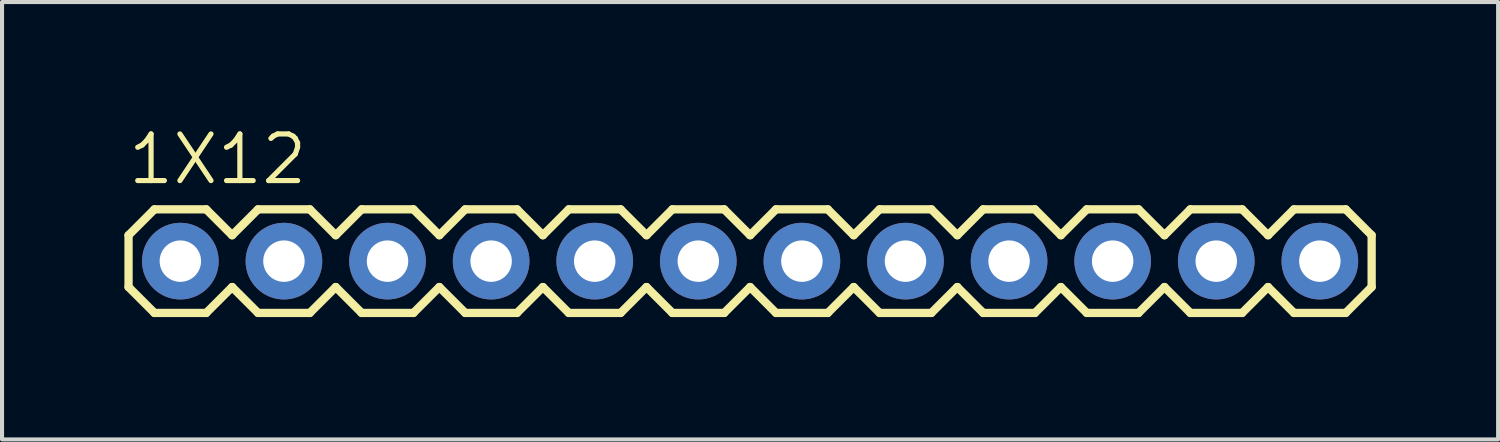
<source format=kicad_pcb>
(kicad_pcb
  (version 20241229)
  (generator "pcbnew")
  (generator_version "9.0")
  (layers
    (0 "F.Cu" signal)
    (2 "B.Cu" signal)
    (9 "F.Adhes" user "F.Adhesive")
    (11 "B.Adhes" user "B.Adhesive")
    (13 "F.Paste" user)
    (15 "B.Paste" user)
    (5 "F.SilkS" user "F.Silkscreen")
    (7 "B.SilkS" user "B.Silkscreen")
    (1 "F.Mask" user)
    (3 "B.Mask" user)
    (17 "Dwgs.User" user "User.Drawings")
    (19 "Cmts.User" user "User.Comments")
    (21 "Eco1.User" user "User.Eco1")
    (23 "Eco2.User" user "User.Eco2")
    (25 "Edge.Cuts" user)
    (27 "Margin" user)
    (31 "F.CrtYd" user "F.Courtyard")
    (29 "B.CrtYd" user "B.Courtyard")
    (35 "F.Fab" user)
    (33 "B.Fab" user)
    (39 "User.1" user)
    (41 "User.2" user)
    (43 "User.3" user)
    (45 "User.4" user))
  (footprint "1X12"
    (layer "F.Cu")
    (at 1.372 3.353)
    (property "Reference" "1X12" (at -1.346 -1.829 0) (layer "F.SilkS") (effects (font (size 1.143 1.143) (thickness 0.127)) (justify left bottom)))
    (fp_line (start -1.27 -0.635) (end -1.27 0.635) (stroke (width 0.203) (type solid)) (layer "F.SilkS"))
    (fp_line (start -1.27 0.635) (end -0.635 1.27) (stroke (width 0.203) (type solid)) (layer "F.SilkS"))
    (fp_line (start -0.635 -1.27) (end -1.27 -0.635) (stroke (width 0.203) (type solid)) (layer "F.SilkS"))
    (fp_line (start -0.635 -1.27) (end 0.635 -1.27) (stroke (width 0.203) (type solid)) (layer "F.SilkS"))
    (fp_line (start 0.635 -1.27) (end 1.27 -0.635) (stroke (width 0.203) (type solid)) (layer "F.SilkS"))
    (fp_line (start 0.635 1.27) (end -0.635 1.27) (stroke (width 0.203) (type solid)) (layer "F.SilkS"))
    (fp_line (start 1.27 -0.635) (end 1.905 -1.27) (stroke (width 0.203) (type solid)) (layer "F.SilkS"))
    (fp_line (start 1.27 0.635) (end 0.635 1.27) (stroke (width 0.203) (type solid)) (layer "F.SilkS"))
    (fp_line (start 1.905 -1.27) (end 3.175 -1.27) (stroke (width 0.203) (type solid)) (layer "F.SilkS"))
    (fp_line (start 1.905 1.27) (end 1.27 0.635) (stroke (width 0.203) (type solid)) (layer "F.SilkS"))
    (fp_line (start 3.175 -1.27) (end 3.81 -0.635) (stroke (width 0.203) (type solid)) (layer "F.SilkS"))
    (fp_line (start 3.175 1.27) (end 1.905 1.27) (stroke (width 0.203) (type solid)) (layer "F.SilkS"))
    (fp_line (start 3.81 -0.635) (end 4.445 -1.27) (stroke (width 0.203) (type solid)) (layer "F.SilkS"))
    (fp_line (start 3.81 0.635) (end 3.175 1.27) (stroke (width 0.203) (type solid)) (layer "F.SilkS"))
    (fp_line (start 4.445 -1.27) (end 5.715 -1.27) (stroke (width 0.203) (type solid)) (layer "F.SilkS"))
    (fp_line (start 4.445 1.27) (end 3.81 0.635) (stroke (width 0.203) (type solid)) (layer "F.SilkS"))
    (fp_line (start 5.715 -1.27) (end 6.35 -0.635) (stroke (width 0.203) (type solid)) (layer "F.SilkS"))
    (fp_line (start 5.715 1.27) (end 4.445 1.27) (stroke (width 0.203) (type solid)) (layer "F.SilkS"))
    (fp_line (start 6.35 0.635) (end 5.715 1.27) (stroke (width 0.203) (type solid)) (layer "F.SilkS"))
    (fp_line (start 6.35 0.635) (end 6.985 1.27) (stroke (width 0.203) (type solid)) (layer "F.SilkS"))
    (fp_line (start 6.985 -1.27) (end 6.35 -0.635) (stroke (width 0.203) (type solid)) (layer "F.SilkS"))
    (fp_line (start 6.985 -1.27) (end 8.255 -1.27) (stroke (width 0.203) (type solid)) (layer "F.SilkS"))
    (fp_line (start 8.255 -1.27) (end 8.89 -0.635) (stroke (width 0.203) (type solid)) (layer "F.SilkS"))
    (fp_line (start 8.255 1.27) (end 6.985 1.27) (stroke (width 0.203) (type solid)) (layer "F.SilkS"))
    (fp_line (start 8.89 -0.635) (end 9.525 -1.27) (stroke (width 0.203) (type solid)) (layer "F.SilkS"))
    (fp_line (start 8.89 0.635) (end 8.255 1.27) (stroke (width 0.203) (type solid)) (layer "F.SilkS"))
    (fp_line (start 9.525 -1.27) (end 10.795 -1.27) (stroke (width 0.203) (type solid)) (layer "F.SilkS"))
    (fp_line (start 9.525 1.27) (end 8.89 0.635) (stroke (width 0.203) (type solid)) (layer "F.SilkS"))
    (fp_line (start 10.795 -1.27) (end 11.43 -0.635) (stroke (width 0.203) (type solid)) (layer "F.SilkS"))
    (fp_line (start 10.795 1.27) (end 9.525 1.27) (stroke (width 0.203) (type solid)) (layer "F.SilkS"))
    (fp_line (start 11.43 -0.635) (end 12.065 -1.27) (stroke (width 0.203) (type solid)) (layer "F.SilkS"))
    (fp_line (start 11.43 0.635) (end 10.795 1.27) (stroke (width 0.203) (type solid)) (layer "F.SilkS"))
    (fp_line (start 12.065 -1.27) (end 13.335 -1.27) (stroke (width 0.203) (type solid)) (layer "F.SilkS"))
    (fp_line (start 12.065 1.27) (end 11.43 0.635) (stroke (width 0.203) (type solid)) (layer "F.SilkS"))
    (fp_line (start 13.335 -1.27) (end 13.97 -0.635) (stroke (width 0.203) (type solid)) (layer "F.SilkS"))
    (fp_line (start 13.335 1.27) (end 12.065 1.27) (stroke (width 0.203) (type solid)) (layer "F.SilkS"))
    (fp_line (start 13.97 0.635) (end 13.335 1.27) (stroke (width 0.203) (type solid)) (layer "F.SilkS"))
    (fp_line (start 13.97 0.635) (end 14.605 1.27) (stroke (width 0.203) (type solid)) (layer "F.SilkS"))
    (fp_line (start 14.605 -1.27) (end 13.97 -0.635) (stroke (width 0.203) (type solid)) (layer "F.SilkS"))
    (fp_line (start 14.605 -1.27) (end 15.875 -1.27) (stroke (width 0.203) (type solid)) (layer "F.SilkS"))
    (fp_line (start 15.875 -1.27) (end 16.51 -0.635) (stroke (width 0.203) (type solid)) (layer "F.SilkS"))
    (fp_line (start 15.875 1.27) (end 14.605 1.27) (stroke (width 0.203) (type solid)) (layer "F.SilkS"))
    (fp_line (start 16.51 0.635) (end 15.875 1.27) (stroke (width 0.203) (type solid)) (layer "F.SilkS"))
    (fp_line (start 16.51 0.635) (end 17.145 1.27) (stroke (width 0.203) (type solid)) (layer "F.SilkS"))
    (fp_line (start 17.145 -1.27) (end 16.51 -0.635) (stroke (width 0.203) (type solid)) (layer "F.SilkS"))
    (fp_line (start 17.145 -1.27) (end 18.415 -1.27) (stroke (width 0.203) (type solid)) (layer "F.SilkS"))
    (fp_line (start 18.415 -1.27) (end 19.05 -0.635) (stroke (width 0.203) (type solid)) (layer "F.SilkS"))
    (fp_line (start 18.415 1.27) (end 17.145 1.27) (stroke (width 0.203) (type solid)) (layer "F.SilkS"))
    (fp_line (start 19.05 0.635) (end 18.415 1.27) (stroke (width 0.203) (type solid)) (layer "F.SilkS"))
    (fp_line (start 19.05 0.635) (end 19.685 1.27) (stroke (width 0.203) (type solid)) (layer "F.SilkS"))
    (fp_line (start 19.685 -1.27) (end 19.05 -0.635) (stroke (width 0.203) (type solid)) (layer "F.SilkS"))
    (fp_line (start 19.685 -1.27) (end 20.955 -1.27) (stroke (width 0.203) (type solid)) (layer "F.SilkS"))
    (fp_line (start 20.955 -1.27) (end 21.59 -0.635) (stroke (width 0.203) (type solid)) (layer "F.SilkS"))
    (fp_line (start 20.955 1.27) (end 19.685 1.27) (stroke (width 0.203) (type solid)) (layer "F.SilkS"))
    (fp_line (start 21.59 0.635) (end 20.955 1.27) (stroke (width 0.203) (type solid)) (layer "F.SilkS"))
    (fp_line (start 21.59 0.635) (end 22.225 1.27) (stroke (width 0.203) (type solid)) (layer "F.SilkS"))
    (fp_line (start 22.225 -1.27) (end 21.59 -0.635) (stroke (width 0.203) (type solid)) (layer "F.SilkS"))
    (fp_line (start 22.225 -1.27) (end 23.495 -1.27) (stroke (width 0.203) (type solid)) (layer "F.SilkS"))
    (fp_line (start 23.495 -1.27) (end 24.13 -0.635) (stroke (width 0.203) (type solid)) (layer "F.SilkS"))
    (fp_line (start 23.495 1.27) (end 22.225 1.27) (stroke (width 0.203) (type solid)) (layer "F.SilkS"))
    (fp_line (start 24.13 0.635) (end 23.495 1.27) (stroke (width 0.203) (type solid)) (layer "F.SilkS"))
    (fp_line (start 24.13 0.635) (end 24.765 1.27) (stroke (width 0.203) (type solid)) (layer "F.SilkS"))
    (fp_line (start 24.765 -1.27) (end 24.13 -0.635) (stroke (width 0.203) (type solid)) (layer "F.SilkS"))
    (fp_line (start 24.765 -1.27) (end 26.035 -1.27) (stroke (width 0.203) (type solid)) (layer "F.SilkS"))
    (fp_line (start 26.035 -1.27) (end 26.67 -0.635) (stroke (width 0.203) (type solid)) (layer "F.SilkS"))
    (fp_line (start 26.035 1.27) (end 24.765 1.27) (stroke (width 0.203) (type solid)) (layer "F.SilkS"))
    (fp_line (start 26.67 0.635) (end 26.035 1.27) (stroke (width 0.203) (type solid)) (layer "F.SilkS"))
    (fp_line (start 26.67 0.635) (end 27.305 1.27) (stroke (width 0.203) (type solid)) (layer "F.SilkS"))
    (fp_line (start 27.305 -1.27) (end 26.67 -0.635) (stroke (width 0.203) (type solid)) (layer "F.SilkS"))
    (fp_line (start 27.305 -1.27) (end 28.575 -1.27) (stroke (width 0.203) (type solid)) (layer "F.SilkS"))
    (fp_line (start 28.575 -1.27) (end 29.21 -0.635) (stroke (width 0.203) (type solid)) (layer "F.SilkS"))
    (fp_line (start 28.575 1.27) (end 27.305 1.27) (stroke (width 0.203) (type solid)) (layer "F.SilkS"))
    (fp_line (start 29.21 -0.635) (end 29.21 0.635) (stroke (width 0.203) (type solid)) (layer "F.SilkS"))
    (fp_line (start 29.21 0.635) (end 28.575 1.27) (stroke (width 0.203) (type solid)) (layer "F.SilkS"))
    (fp_poly (pts (xy -0.254 0.254) (xy 0.254 0.254) (xy 0.254 -0.254) (xy -0.254 -0.254)) (stroke (width 0.1) (type solid)) (fill no) (layer "F.Fab"))
    (fp_poly (pts (xy 2.286 0.254) (xy 2.794 0.254) (xy 2.794 -0.254) (xy 2.286 -0.254)) (stroke (width 0.1) (type solid)) (fill no) (layer "F.Fab"))
    (fp_poly (pts (xy 4.826 0.254) (xy 5.334 0.254) (xy 5.334 -0.254) (xy 4.826 -0.254)) (stroke (width 0.1) (type solid)) (fill no) (layer "F.Fab"))
    (fp_poly (pts (xy 7.366 0.254) (xy 7.874 0.254) (xy 7.874 -0.254) (xy 7.366 -0.254)) (stroke (width 0.1) (type solid)) (fill no) (layer "F.Fab"))
    (fp_poly (pts (xy 9.906 0.254) (xy 10.414 0.254) (xy 10.414 -0.254) (xy 9.906 -0.254)) (stroke (width 0.1) (type solid)) (fill no) (layer "F.Fab"))
    (fp_poly (pts (xy 12.446 0.254) (xy 12.954 0.254) (xy 12.954 -0.254) (xy 12.446 -0.254)) (stroke (width 0.1) (type solid)) (fill no) (layer "F.Fab"))
    (fp_poly (pts (xy 14.986 0.254) (xy 15.494 0.254) (xy 15.494 -0.254) (xy 14.986 -0.254)) (stroke (width 0.1) (type solid)) (fill no) (layer "F.Fab"))
    (fp_poly (pts (xy 17.526 0.254) (xy 18.034 0.254) (xy 18.034 -0.254) (xy 17.526 -0.254)) (stroke (width 0.1) (type solid)) (fill no) (layer "F.Fab"))
    (fp_poly (pts (xy 20.066 0.254) (xy 20.574 0.254) (xy 20.574 -0.254) (xy 20.066 -0.254)) (stroke (width 0.1) (type solid)) (fill no) (layer "F.Fab"))
    (fp_poly (pts (xy 22.606 0.254) (xy 23.114 0.254) (xy 23.114 -0.254) (xy 22.606 -0.254)) (stroke (width 0.1) (type solid)) (fill no) (layer "F.Fab"))
    (fp_poly (pts (xy 25.146 0.254) (xy 25.654 0.254) (xy 25.654 -0.254) (xy 25.146 -0.254)) (stroke (width 0.1) (type solid)) (fill no) (layer "F.Fab"))
    (fp_poly (pts (xy 27.686 0.254) (xy 28.194 0.254) (xy 28.194 -0.254) (xy 27.686 -0.254)) (stroke (width 0.1) (type solid)) (fill no) (layer "F.Fab"))
    (pad "1" thru_hole circle (at 0 0 90) (size 1.88 1.88) (drill 1.016) (layers "*.Cu" "*.Mask"))
    (pad "2" thru_hole circle (at 2.54 0 90) (size 1.88 1.88) (drill 1.016) (layers "*.Cu" "*.Mask"))
    (pad "3" thru_hole circle (at 5.08 0 90) (size 1.88 1.88) (drill 1.016) (layers "*.Cu" "*.Mask"))
    (pad "4" thru_hole circle (at 7.62 0 90) (size 1.88 1.88) (drill 1.016) (layers "*.Cu" "*.Mask"))
    (pad "5" thru_hole circle (at 10.16 0 90) (size 1.88 1.88) (drill 1.016) (layers "*.Cu" "*.Mask"))
    (pad "6" thru_hole circle (at 12.7 0 90) (size 1.88 1.88) (drill 1.016) (layers "*.Cu" "*.Mask"))
    (pad "7" thru_hole circle (at 15.24 0 90) (size 1.88 1.88) (drill 1.016) (layers "*.Cu" "*.Mask"))
    (pad "8" thru_hole circle (at 17.78 0 90) (size 1.88 1.88) (drill 1.016) (layers "*.Cu" "*.Mask"))
    (pad "9" thru_hole circle (at 20.32 0 90) (size 1.88 1.88) (drill 1.016) (layers "*.Cu" "*.Mask"))
    (pad "10" thru_hole circle (at 22.86 0 90) (size 1.88 1.88) (drill 1.016) (layers "*.Cu" "*.Mask"))
    (pad "11" thru_hole circle (at 25.4 0 90) (size 1.88 1.88) (drill 1.016) (layers "*.Cu" "*.Mask"))
    (pad "12" thru_hole circle (at 27.94 0 90) (size 1.88 1.88) (drill 1.016) (layers "*.Cu" "*.Mask")))
  (gr_rect
    (start -3 -3)
    (end 33.683 7.724)
    (stroke (width 0.1) (type default))
    (fill no)
    (layer "Edge.Cuts")))
</source>
